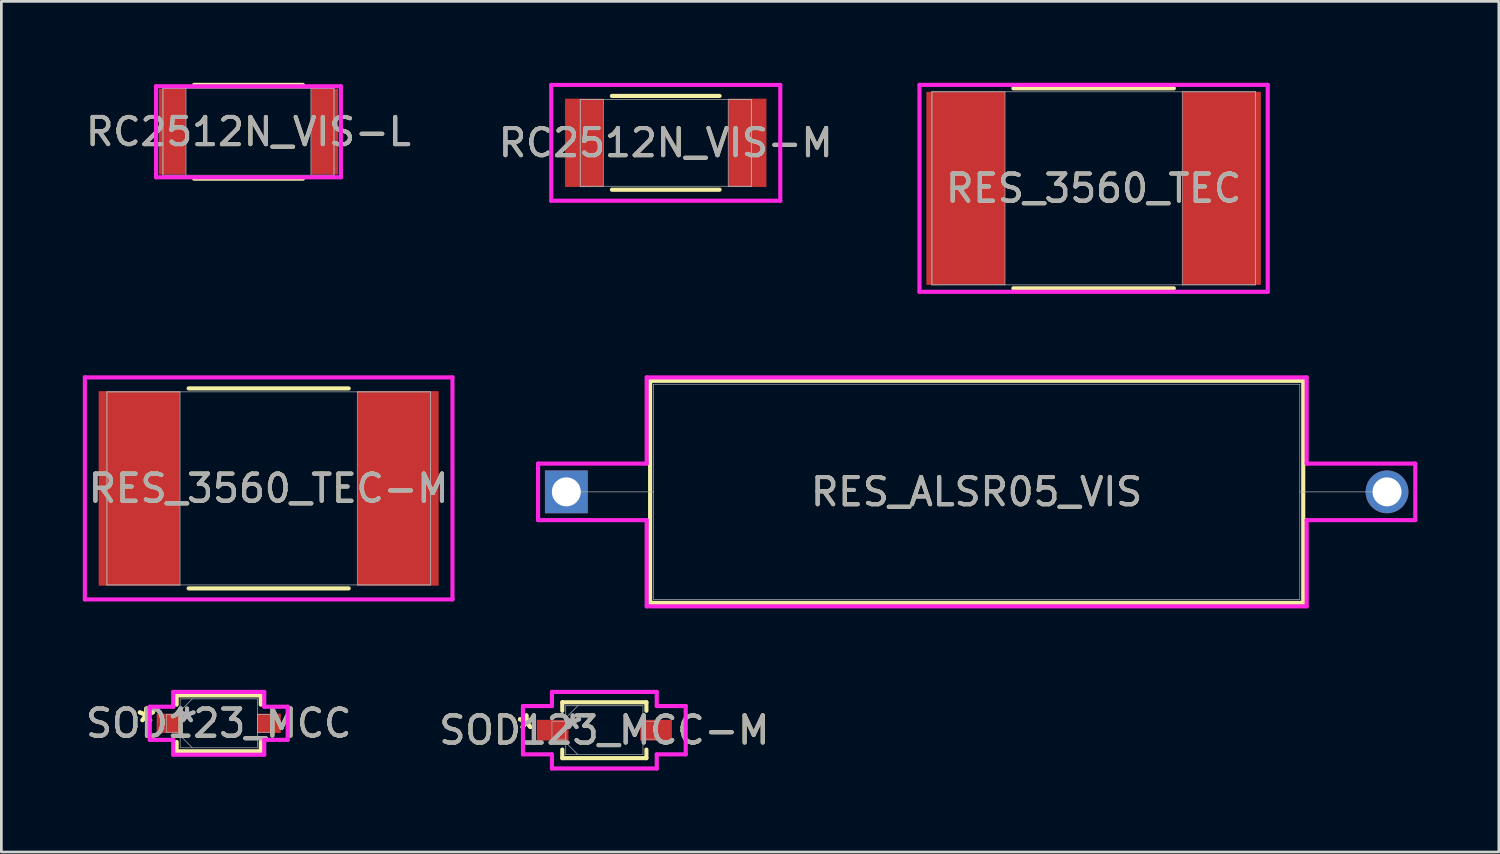
<source format=kicad_pcb>
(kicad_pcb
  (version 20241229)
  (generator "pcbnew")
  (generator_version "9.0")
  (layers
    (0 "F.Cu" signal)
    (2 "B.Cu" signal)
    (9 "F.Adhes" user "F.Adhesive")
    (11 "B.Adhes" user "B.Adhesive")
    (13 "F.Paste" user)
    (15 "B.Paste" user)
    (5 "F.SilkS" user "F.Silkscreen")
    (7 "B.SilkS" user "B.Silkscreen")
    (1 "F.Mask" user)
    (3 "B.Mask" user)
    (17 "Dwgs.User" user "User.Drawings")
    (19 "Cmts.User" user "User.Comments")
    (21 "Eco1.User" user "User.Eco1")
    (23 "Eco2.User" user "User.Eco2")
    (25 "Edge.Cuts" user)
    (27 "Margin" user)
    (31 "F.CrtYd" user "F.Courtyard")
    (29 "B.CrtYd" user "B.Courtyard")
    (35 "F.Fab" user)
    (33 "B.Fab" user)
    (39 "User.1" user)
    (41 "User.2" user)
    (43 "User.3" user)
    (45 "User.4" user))
  (footprint "RES_ALSR05_VIS"
    (layer "F.Cu")
    (at 17.808 15.065)
    (property "Reference" "RES_ALSR05_VIS" (at 15.113 0 0) (unlocked yes) (layer "F.SilkS") (effects (font (size 1 1) (thickness 0.15))))
    (attr through_hole)
    (fp_line (start 3.086 -4.089) (end 3.086 4.089) (stroke (width 0.152) (type solid)) (layer "F.SilkS"))
    (fp_line (start 3.086 4.089) (end 27.14 4.089) (stroke (width 0.152) (type solid)) (layer "F.SilkS"))
    (fp_line (start 27.14 -4.089) (end 3.086 -4.089) (stroke (width 0.152) (type solid)) (layer "F.SilkS"))
    (fp_line (start 27.14 4.089) (end 27.14 -4.089) (stroke (width 0.152) (type solid)) (layer "F.SilkS"))
    (fp_line (start -1.041 -1.041) (end 2.959 -1.041) (stroke (width 0.152) (type solid)) (layer "F.CrtYd"))
    (fp_line (start -1.041 1.041) (end -1.041 -1.041) (stroke (width 0.152) (type solid)) (layer "F.CrtYd"))
    (fp_line (start 2.959 -4.216) (end 27.267 -4.216) (stroke (width 0.152) (type solid)) (layer "F.CrtYd"))
    (fp_line (start 2.959 -1.041) (end 2.959 -4.216) (stroke (width 0.152) (type solid)) (layer "F.CrtYd"))
    (fp_line (start 2.959 1.041) (end -1.041 1.041) (stroke (width 0.152) (type solid)) (layer "F.CrtYd"))
    (fp_line (start 2.959 4.216) (end 2.959 1.041) (stroke (width 0.152) (type solid)) (layer "F.CrtYd"))
    (fp_line (start 27.267 -4.216) (end 27.267 -1.041) (stroke (width 0.152) (type solid)) (layer "F.CrtYd"))
    (fp_line (start 27.267 -1.041) (end 31.267 -1.041) (stroke (width 0.152) (type solid)) (layer "F.CrtYd"))
    (fp_line (start 27.267 1.041) (end 27.267 4.216) (stroke (width 0.152) (type solid)) (layer "F.CrtYd"))
    (fp_line (start 27.267 4.216) (end 2.959 4.216) (stroke (width 0.152) (type solid)) (layer "F.CrtYd"))
    (fp_line (start 31.267 -1.041) (end 31.267 1.041) (stroke (width 0.152) (type solid)) (layer "F.CrtYd"))
    (fp_line (start 31.267 1.041) (end 27.267 1.041) (stroke (width 0.152) (type solid)) (layer "F.CrtYd"))
    (fp_line (start 0 0) (end 3.213 0) (stroke (width 0.025) (type solid)) (layer "F.Fab"))
    (fp_line (start 3.213 -3.962) (end 3.213 3.962) (stroke (width 0.025) (type solid)) (layer "F.Fab"))
    (fp_line (start 3.213 3.962) (end 27.013 3.962) (stroke (width 0.025) (type solid)) (layer "F.Fab"))
    (fp_line (start 27.013 -3.962) (end 3.213 -3.962) (stroke (width 0.025) (type solid)) (layer "F.Fab"))
    (fp_line (start 27.013 3.962) (end 27.013 -3.962) (stroke (width 0.025) (type solid)) (layer "F.Fab"))
    (fp_line (start 30.226 0) (end 27.013 0) (stroke (width 0.025) (type solid)) (layer "F.Fab"))
    (fp_text user "${REFERENCE}" (at 15.113 0 0) (unlocked yes) (layer "F.Fab") (effects (font (size 1 1) (thickness 0.15))))
    (pad "1" thru_hole rect (at 0 0) (size 1.575 1.575) (drill 1.067) (layers "*.Cu" "*.Mask"))
    (pad "2" thru_hole circle (at 30.226 0) (size 1.575 1.575) (drill 1.067) (layers "*.Cu" "*.Mask")))
  (footprint "RES_3560_TEC-M"
    (layer "F.Cu")
    (at 6.845 14.938)
    (property "Reference" "RES_3560_TEC-M" (at 0 0 0) (unlocked yes) (layer "F.SilkS") (effects (font (size 1 1) (thickness 0.15))))
    (attr smd)
    (fp_line (start -2.947 3.683) (end 2.947 3.683) (stroke (width 0.152) (type solid)) (layer "F.SilkS"))
    (fp_line (start 2.947 -3.683) (end -2.947 -3.683) (stroke (width 0.152) (type solid)) (layer "F.SilkS"))
    (fp_line (start -6.769 -4.089) (end 6.769 -4.089) (stroke (width 0.152) (type solid)) (layer "F.CrtYd"))
    (fp_line (start -6.769 4.089) (end -6.769 -4.089) (stroke (width 0.152) (type solid)) (layer "F.CrtYd"))
    (fp_line (start 6.769 -4.089) (end 6.769 4.089) (stroke (width 0.152) (type solid)) (layer "F.CrtYd"))
    (fp_line (start 6.769 4.089) (end -6.769 4.089) (stroke (width 0.152) (type solid)) (layer "F.CrtYd"))
    (fp_line (start -5.956 -3.556) (end -5.956 3.556) (stroke (width 0.025) (type solid)) (layer "F.Fab"))
    (fp_line (start -5.956 -3.556) (end -5.956 3.556) (stroke (width 0.025) (type solid)) (layer "F.Fab"))
    (fp_line (start -5.956 3.556) (end -3.264 3.556) (stroke (width 0.025) (type solid)) (layer "F.Fab"))
    (fp_line (start -5.956 3.556) (end 5.956 3.556) (stroke (width 0.025) (type solid)) (layer "F.Fab"))
    (fp_line (start -3.264 -3.556) (end -5.956 -3.556) (stroke (width 0.025) (type solid)) (layer "F.Fab"))
    (fp_line (start -3.264 3.556) (end -3.264 -3.556) (stroke (width 0.025) (type solid)) (layer "F.Fab"))
    (fp_line (start 3.264 -3.556) (end 3.264 3.556) (stroke (width 0.025) (type solid)) (layer "F.Fab"))
    (fp_line (start 3.264 3.556) (end 5.956 3.556) (stroke (width 0.025) (type solid)) (layer "F.Fab"))
    (fp_line (start 5.956 -3.556) (end -5.956 -3.556) (stroke (width 0.025) (type solid)) (layer "F.Fab"))
    (fp_line (start 5.956 -3.556) (end 3.264 -3.556) (stroke (width 0.025) (type solid)) (layer "F.Fab"))
    (fp_line (start 5.956 3.556) (end 5.956 -3.556) (stroke (width 0.025) (type solid)) (layer "F.Fab"))
    (fp_line (start 5.956 3.556) (end 5.956 -3.556) (stroke (width 0.025) (type solid)) (layer "F.Fab"))
    (fp_text user "${REFERENCE}" (at 0 0 0) (unlocked yes) (layer "F.Fab") (effects (font (size 1 1) (thickness 0.15))))
    (pad "1" smd rect (at -4.763 0) (size 2.997 7.163) (layers "F.Cu" "F.Mask" "F.Paste"))
    (pad "2" smd rect (at 4.763 0) (size 2.997 7.163) (layers "F.Cu" "F.Mask" "F.Paste"))
    (zone (net_name "") (layer "F.Cu") (hatch full 0.508) (connect_pads) (min_thickness 0.254) (filled_areas_thickness no) (keepout (tracks not_allowed) (vias not_allowed) (pads allowed) (copperpour not_allowed) (footprints allowed)) (placement (enabled no)) (fill) (polygon (pts (xy 3.632 11.433) (xy 10.058 11.433) (xy 10.058 18.443) (xy 3.632 18.443)))))
  (footprint "RES_3560_TEC"
    (layer "F.Cu")
    (at 37.228 3.886)
    (property "Reference" "RES_3560_TEC" (at 0 0 0) (unlocked yes) (layer "F.SilkS") (effects (font (size 1 1) (thickness 0.15))))
    (attr smd)
    (fp_line (start -2.956 3.683) (end 2.956 3.683) (stroke (width 0.152) (type solid)) (layer "F.SilkS"))
    (fp_line (start 2.956 -3.683) (end -2.956 -3.683) (stroke (width 0.152) (type solid)) (layer "F.SilkS"))
    (fp_line (start -6.413 -3.81) (end 6.413 -3.81) (stroke (width 0.152) (type solid)) (layer "F.CrtYd"))
    (fp_line (start -6.413 3.81) (end -6.413 -3.81) (stroke (width 0.152) (type solid)) (layer "F.CrtYd"))
    (fp_line (start 6.413 -3.81) (end 6.413 3.81) (stroke (width 0.152) (type solid)) (layer "F.CrtYd"))
    (fp_line (start 6.413 3.81) (end -6.413 3.81) (stroke (width 0.152) (type solid)) (layer "F.CrtYd"))
    (fp_line (start -5.956 -3.556) (end -5.956 3.556) (stroke (width 0.025) (type solid)) (layer "F.Fab"))
    (fp_line (start -5.956 -3.556) (end -5.956 3.556) (stroke (width 0.025) (type solid)) (layer "F.Fab"))
    (fp_line (start -5.956 3.556) (end -3.264 3.556) (stroke (width 0.025) (type solid)) (layer "F.Fab"))
    (fp_line (start -5.956 3.556) (end 5.956 3.556) (stroke (width 0.025) (type solid)) (layer "F.Fab"))
    (fp_line (start -3.264 -3.556) (end -5.956 -3.556) (stroke (width 0.025) (type solid)) (layer "F.Fab"))
    (fp_line (start -3.264 3.556) (end -3.264 -3.556) (stroke (width 0.025) (type solid)) (layer "F.Fab"))
    (fp_line (start 3.264 -3.556) (end 3.264 3.556) (stroke (width 0.025) (type solid)) (layer "F.Fab"))
    (fp_line (start 3.264 3.556) (end 5.956 3.556) (stroke (width 0.025) (type solid)) (layer "F.Fab"))
    (fp_line (start 5.956 -3.556) (end -5.956 -3.556) (stroke (width 0.025) (type solid)) (layer "F.Fab"))
    (fp_line (start 5.956 -3.556) (end 3.264 -3.556) (stroke (width 0.025) (type solid)) (layer "F.Fab"))
    (fp_line (start 5.956 3.556) (end 5.956 -3.556) (stroke (width 0.025) (type solid)) (layer "F.Fab"))
    (fp_line (start 5.956 3.556) (end 5.956 -3.556) (stroke (width 0.025) (type solid)) (layer "F.Fab"))
    (fp_text user "${REFERENCE}" (at 0 0 0) (unlocked yes) (layer "F.Fab") (effects (font (size 1 1) (thickness 0.15))))
    (pad "1" smd rect (at -4.712 0) (size 2.896 7.112) (layers "F.Cu" "F.Mask" "F.Paste"))
    (pad "2" smd rect (at 4.712 0) (size 2.896 7.112) (layers "F.Cu" "F.Mask" "F.Paste"))
    (zone (net_name "") (layer "F.Cu") (hatch full 0.508) (connect_pads) (min_thickness 0.254) (filled_areas_thickness no) (keepout (tracks not_allowed) (vias not_allowed) (pads allowed) (copperpour not_allowed) (footprints allowed)) (placement (enabled no)) (fill) (polygon (pts (xy 34.015 0.381) (xy 40.441 0.381) (xy 40.441 7.391) (xy 34.015 7.391)))))
  (footprint "RC2512N_VIS-M"
    (layer "F.Cu")
    (at 21.47 2.21)
    (property "Reference" "RC2512N_VIS-M" (at 0 0 0) (unlocked yes) (layer "F.SilkS") (effects (font (size 1 1) (thickness 0.15))))
    (attr smd)
    (fp_line (start -1.983 1.727) (end 1.983 1.727) (stroke (width 0.152) (type solid)) (layer "F.SilkS"))
    (fp_line (start 1.983 -1.727) (end -1.983 -1.727) (stroke (width 0.152) (type solid)) (layer "F.SilkS"))
    (fp_line (start -4.217 -2.133) (end 4.217 -2.133) (stroke (width 0.152) (type solid)) (layer "F.CrtYd"))
    (fp_line (start -4.217 2.133) (end -4.217 -2.133) (stroke (width 0.152) (type solid)) (layer "F.CrtYd"))
    (fp_line (start 4.217 -2.133) (end 4.217 2.133) (stroke (width 0.152) (type solid)) (layer "F.CrtYd"))
    (fp_line (start 4.217 2.133) (end -4.217 2.133) (stroke (width 0.152) (type solid)) (layer "F.CrtYd"))
    (fp_line (start -3.15 -1.6) (end -3.15 1.6) (stroke (width 0.025) (type solid)) (layer "F.Fab"))
    (fp_line (start -3.15 -1.6) (end -3.15 1.6) (stroke (width 0.025) (type solid)) (layer "F.Fab"))
    (fp_line (start -3.15 1.6) (end -2.3 1.6) (stroke (width 0.025) (type solid)) (layer "F.Fab"))
    (fp_line (start -3.15 1.6) (end 3.15 1.6) (stroke (width 0.025) (type solid)) (layer "F.Fab"))
    (fp_line (start -2.3 -1.6) (end -3.15 -1.6) (stroke (width 0.025) (type solid)) (layer "F.Fab"))
    (fp_line (start -2.3 1.6) (end -2.3 -1.6) (stroke (width 0.025) (type solid)) (layer "F.Fab"))
    (fp_line (start 2.3 -1.6) (end 2.3 1.6) (stroke (width 0.025) (type solid)) (layer "F.Fab"))
    (fp_line (start 2.3 1.6) (end 3.15 1.6) (stroke (width 0.025) (type solid)) (layer "F.Fab"))
    (fp_line (start 3.15 -1.6) (end -3.15 -1.6) (stroke (width 0.025) (type solid)) (layer "F.Fab"))
    (fp_line (start 3.15 -1.6) (end 2.3 -1.6) (stroke (width 0.025) (type solid)) (layer "F.Fab"))
    (fp_line (start 3.15 1.6) (end 3.15 -1.6) (stroke (width 0.025) (type solid)) (layer "F.Fab"))
    (fp_line (start 3.15 1.6) (end 3.15 -1.6) (stroke (width 0.025) (type solid)) (layer "F.Fab"))
    (fp_text user "${REFERENCE}" (at 0 0 0) (unlocked yes) (layer "F.Fab") (effects (font (size 1 1) (thickness 0.15))))
    (pad "1" smd rect (at -3.004 0) (size 1.409 3.251) (layers "F.Cu" "F.Mask" "F.Paste"))
    (pad "2" smd rect (at 3.004 0) (size 1.409 3.251) (layers "F.Cu" "F.Mask" "F.Paste"))
    (zone (net_name "") (layer "F.Cu") (hatch full 0.508) (connect_pads) (min_thickness 0.254) (filled_areas_thickness no) (keepout (tracks not_allowed) (vias not_allowed) (pads allowed) (copperpour not_allowed) (footprints allowed)) (placement (enabled no)) (fill) (polygon (pts (xy 19.221 0.66) (xy 23.719 0.66) (xy 23.719 3.759) (xy 19.221 3.759)))))
  (footprint "RC2512N_VIS-L"
    (layer "F.Cu")
    (at 6.101 1.803)
    (property "Reference" "RC2512N_VIS-L" (at 0 0 0) (unlocked yes) (layer "F.SilkS") (effects (font (size 1 1) (thickness 0.15))))
    (attr smd)
    (fp_line (start -2.004 1.727) (end 2.004 1.727) (stroke (width 0.152) (type solid)) (layer "F.SilkS"))
    (fp_line (start 2.004 -1.727) (end -2.004 -1.727) (stroke (width 0.152) (type solid)) (layer "F.SilkS"))
    (fp_line (start -3.404 -1.676) (end 3.404 -1.676) (stroke (width 0.152) (type solid)) (layer "F.CrtYd"))
    (fp_line (start -3.404 1.676) (end -3.404 -1.676) (stroke (width 0.152) (type solid)) (layer "F.CrtYd"))
    (fp_line (start 3.404 -1.676) (end 3.404 1.676) (stroke (width 0.152) (type solid)) (layer "F.CrtYd"))
    (fp_line (start 3.404 1.676) (end -3.404 1.676) (stroke (width 0.152) (type solid)) (layer "F.CrtYd"))
    (fp_line (start -3.15 -1.6) (end -3.15 1.6) (stroke (width 0.025) (type solid)) (layer "F.Fab"))
    (fp_line (start -3.15 -1.6) (end -3.15 1.6) (stroke (width 0.025) (type solid)) (layer "F.Fab"))
    (fp_line (start -3.15 1.6) (end -2.3 1.6) (stroke (width 0.025) (type solid)) (layer "F.Fab"))
    (fp_line (start -3.15 1.6) (end 3.15 1.6) (stroke (width 0.025) (type solid)) (layer "F.Fab"))
    (fp_line (start -2.3 -1.6) (end -3.15 -1.6) (stroke (width 0.025) (type solid)) (layer "F.Fab"))
    (fp_line (start -2.3 1.6) (end -2.3 -1.6) (stroke (width 0.025) (type solid)) (layer "F.Fab"))
    (fp_line (start 2.3 -1.6) (end 2.3 1.6) (stroke (width 0.025) (type solid)) (layer "F.Fab"))
    (fp_line (start 2.3 1.6) (end 3.15 1.6) (stroke (width 0.025) (type solid)) (layer "F.Fab"))
    (fp_line (start 3.15 -1.6) (end -3.15 -1.6) (stroke (width 0.025) (type solid)) (layer "F.Fab"))
    (fp_line (start 3.15 -1.6) (end 2.3 -1.6) (stroke (width 0.025) (type solid)) (layer "F.Fab"))
    (fp_line (start 3.15 1.6) (end 3.15 -1.6) (stroke (width 0.025) (type solid)) (layer "F.Fab"))
    (fp_line (start 3.15 1.6) (end 3.15 -1.6) (stroke (width 0.025) (type solid)) (layer "F.Fab"))
    (fp_text user "${REFERENCE}" (at 0 0 0) (unlocked yes) (layer "F.Fab") (effects (font (size 1 1) (thickness 0.15))))
    (pad "1" smd rect (at -2.801 0) (size 1.002 3.149) (layers "F.Cu" "F.Mask" "F.Paste"))
    (pad "2" smd rect (at 2.801 0) (size 1.002 3.149) (layers "F.Cu" "F.Mask" "F.Paste"))
    (zone (net_name "") (layer "F.Cu") (hatch full 0.508) (connect_pads) (min_thickness 0.254) (filled_areas_thickness no) (keepout (tracks not_allowed) (vias not_allowed) (pads allowed) (copperpour not_allowed) (footprints allowed)) (placement (enabled no)) (fill) (polygon (pts (xy 3.852 0.254) (xy 8.35 0.254) (xy 8.35 3.352) (xy 3.852 3.352)))))
  (footprint "SOD123_MCC"
    (layer "F.Cu")
    (at 5.006 23.59)
    (property "Reference" "SOD123_MCC" (at 0 0 0) (unlocked yes) (layer "F.SilkS") (effects (font (size 1 1) (thickness 0.15))))
    (attr smd)
    (fp_line (start -1.549 -1.029) (end -1.549 -0.688) (stroke (width 0.152) (type solid)) (layer "F.SilkS"))
    (fp_line (start -1.549 0.688) (end -1.549 1.029) (stroke (width 0.152) (type solid)) (layer "F.SilkS"))
    (fp_line (start -1.549 1.029) (end 1.549 1.029) (stroke (width 0.152) (type solid)) (layer "F.SilkS"))
    (fp_line (start 1.549 -1.029) (end -1.549 -1.029) (stroke (width 0.152) (type solid)) (layer "F.SilkS"))
    (fp_line (start 1.549 -0.688) (end 1.549 -1.029) (stroke (width 0.152) (type solid)) (layer "F.SilkS"))
    (fp_line (start 1.549 1.029) (end 1.549 0.688) (stroke (width 0.152) (type solid)) (layer "F.SilkS"))
    (fp_line (start -2.54 -0.61) (end -1.676 -0.61) (stroke (width 0.152) (type solid)) (layer "F.CrtYd"))
    (fp_line (start -2.54 0.61) (end -2.54 -0.61) (stroke (width 0.152) (type solid)) (layer "F.CrtYd"))
    (fp_line (start -1.676 -1.156) (end 1.676 -1.156) (stroke (width 0.152) (type solid)) (layer "F.CrtYd"))
    (fp_line (start -1.676 -0.61) (end -1.676 -1.156) (stroke (width 0.152) (type solid)) (layer "F.CrtYd"))
    (fp_line (start -1.676 0.61) (end -2.54 0.61) (stroke (width 0.152) (type solid)) (layer "F.CrtYd"))
    (fp_line (start -1.676 1.156) (end -1.676 0.61) (stroke (width 0.152) (type solid)) (layer "F.CrtYd"))
    (fp_line (start 1.676 -1.156) (end 1.676 -0.61) (stroke (width 0.152) (type solid)) (layer "F.CrtYd"))
    (fp_line (start 1.676 -0.61) (end 2.54 -0.61) (stroke (width 0.152) (type solid)) (layer "F.CrtYd"))
    (fp_line (start 1.676 0.61) (end 1.676 1.156) (stroke (width 0.152) (type solid)) (layer "F.CrtYd"))
    (fp_line (start 1.676 1.156) (end -1.676 1.156) (stroke (width 0.152) (type solid)) (layer "F.CrtYd"))
    (fp_line (start 2.54 -0.61) (end 2.54 0.61) (stroke (width 0.152) (type solid)) (layer "F.CrtYd"))
    (fp_line (start 2.54 0.61) (end 1.676 0.61) (stroke (width 0.152) (type solid)) (layer "F.CrtYd"))
    (fp_line (start -1.93 -0.33) (end -1.93 0.33) (stroke (width 0.025) (type solid)) (layer "F.Fab"))
    (fp_line (start -1.93 0.33) (end -1.422 0.33) (stroke (width 0.025) (type solid)) (layer "F.Fab"))
    (fp_line (start -1.422 -0.902) (end -1.422 0.902) (stroke (width 0.025) (type solid)) (layer "F.Fab"))
    (fp_line (start -1.422 -0.451) (end -0.972 -0.902) (stroke (width 0.025) (type solid)) (layer "F.Fab"))
    (fp_line (start -1.422 -0.33) (end -1.93 -0.33) (stroke (width 0.025) (type solid)) (layer "F.Fab"))
    (fp_line (start -1.422 0.33) (end -1.422 -0.33) (stroke (width 0.025) (type solid)) (layer "F.Fab"))
    (fp_line (start -1.422 0.451) (end -0.972 0.902) (stroke (width 0.025) (type solid)) (layer "F.Fab"))
    (fp_line (start -1.422 0.902) (end 1.422 0.902) (stroke (width 0.025) (type solid)) (layer "F.Fab"))
    (fp_line (start 1.422 -0.902) (end -1.422 -0.902) (stroke (width 0.025) (type solid)) (layer "F.Fab"))
    (fp_line (start 1.422 -0.33) (end 1.422 0.33) (stroke (width 0.025) (type solid)) (layer "F.Fab"))
    (fp_line (start 1.422 0.33) (end 1.93 0.33) (stroke (width 0.025) (type solid)) (layer "F.Fab"))
    (fp_line (start 1.422 0.902) (end 1.422 -0.902) (stroke (width 0.025) (type solid)) (layer "F.Fab"))
    (fp_line (start 1.93 -0.33) (end 1.422 -0.33) (stroke (width 0.025) (type solid)) (layer "F.Fab"))
    (fp_line (start 1.93 0.33) (end 1.93 -0.33) (stroke (width 0.025) (type solid)) (layer "F.Fab"))
    (fp_text user "*" (at -2.667 0 0) (layer "F.SilkS") (effects (font (size 1 1) (thickness 0.15))))
    (fp_text user "*" (at -2.667 0 0) (unlocked yes) (layer "F.SilkS") (effects (font (size 1 1) (thickness 0.15))))
    (fp_text user "*" (at -1.168 0 0) (layer "F.Fab") (effects (font (size 1 1) (thickness 0.15))))
    (fp_text user "*" (at -1.168 0 0) (unlocked yes) (layer "F.Fab") (effects (font (size 1 1) (thickness 0.15))))
    (fp_text user "${REFERENCE}" (at 0 0 0) (unlocked yes) (layer "F.Fab") (effects (font (size 1 1) (thickness 0.15))))
    (pad "1" smd rect (at -1.854 0) (size 0.864 0.711) (layers "F.Cu" "F.Mask" "F.Paste"))
    (pad "2" smd rect (at 1.854 0) (size 0.864 0.711) (layers "F.Cu" "F.Mask" "F.Paste")))
  (footprint "SOD123_MCC-M"
    (layer "F.Cu")
    (at 19.208 23.843)
    (property "Reference" "SOD123_MCC-M" (at 0 0 0) (unlocked yes) (layer "F.SilkS") (effects (font (size 1 1) (thickness 0.15))))
    (attr smd)
    (fp_line (start -1.549 -1.029) (end -1.549 -0.714) (stroke (width 0.152) (type solid)) (layer "F.SilkS"))
    (fp_line (start -1.549 0.714) (end -1.549 1.029) (stroke (width 0.152) (type solid)) (layer "F.SilkS"))
    (fp_line (start -1.549 1.029) (end 1.549 1.029) (stroke (width 0.152) (type solid)) (layer "F.SilkS"))
    (fp_line (start 1.549 -1.029) (end -1.549 -1.029) (stroke (width 0.152) (type solid)) (layer "F.SilkS"))
    (fp_line (start 1.549 -0.714) (end 1.549 -1.029) (stroke (width 0.152) (type solid)) (layer "F.SilkS"))
    (fp_line (start 1.549 1.029) (end 1.549 0.714) (stroke (width 0.152) (type solid)) (layer "F.SilkS"))
    (fp_line (start -2.997 -0.889) (end -1.93 -0.889) (stroke (width 0.152) (type solid)) (layer "F.CrtYd"))
    (fp_line (start -2.997 0.889) (end -2.997 -0.889) (stroke (width 0.152) (type solid)) (layer "F.CrtYd"))
    (fp_line (start -1.93 -1.41) (end 1.93 -1.41) (stroke (width 0.152) (type solid)) (layer "F.CrtYd"))
    (fp_line (start -1.93 -0.889) (end -1.93 -1.41) (stroke (width 0.152) (type solid)) (layer "F.CrtYd"))
    (fp_line (start -1.93 0.889) (end -2.997 0.889) (stroke (width 0.152) (type solid)) (layer "F.CrtYd"))
    (fp_line (start -1.93 1.41) (end -1.93 0.889) (stroke (width 0.152) (type solid)) (layer "F.CrtYd"))
    (fp_line (start 1.93 -1.41) (end 1.93 -0.889) (stroke (width 0.152) (type solid)) (layer "F.CrtYd"))
    (fp_line (start 1.93 -0.889) (end 2.997 -0.889) (stroke (width 0.152) (type solid)) (layer "F.CrtYd"))
    (fp_line (start 1.93 0.889) (end 1.93 1.41) (stroke (width 0.152) (type solid)) (layer "F.CrtYd"))
    (fp_line (start 1.93 1.41) (end -1.93 1.41) (stroke (width 0.152) (type solid)) (layer "F.CrtYd"))
    (fp_line (start 2.997 -0.889) (end 2.997 0.889) (stroke (width 0.152) (type solid)) (layer "F.CrtYd"))
    (fp_line (start 2.997 0.889) (end 1.93 0.889) (stroke (width 0.152) (type solid)) (layer "F.CrtYd"))
    (fp_line (start -1.93 -0.33) (end -1.93 0.33) (stroke (width 0.025) (type solid)) (layer "F.Fab"))
    (fp_line (start -1.93 0.33) (end -1.422 0.33) (stroke (width 0.025) (type solid)) (layer "F.Fab"))
    (fp_line (start -1.422 -0.902) (end -1.422 0.902) (stroke (width 0.025) (type solid)) (layer "F.Fab"))
    (fp_line (start -1.422 -0.451) (end -0.972 -0.902) (stroke (width 0.025) (type solid)) (layer "F.Fab"))
    (fp_line (start -1.422 -0.33) (end -1.93 -0.33) (stroke (width 0.025) (type solid)) (layer "F.Fab"))
    (fp_line (start -1.422 0.33) (end -1.422 -0.33) (stroke (width 0.025) (type solid)) (layer "F.Fab"))
    (fp_line (start -1.422 0.451) (end -0.972 0.902) (stroke (width 0.025) (type solid)) (layer "F.Fab"))
    (fp_line (start -1.422 0.902) (end 1.422 0.902) (stroke (width 0.025) (type solid)) (layer "F.Fab"))
    (fp_line (start 1.422 -0.902) (end -1.422 -0.902) (stroke (width 0.025) (type solid)) (layer "F.Fab"))
    (fp_line (start 1.422 -0.33) (end 1.422 0.33) (stroke (width 0.025) (type solid)) (layer "F.Fab"))
    (fp_line (start 1.422 0.33) (end 1.93 0.33) (stroke (width 0.025) (type solid)) (layer "F.Fab"))
    (fp_line (start 1.422 0.902) (end 1.422 -0.902) (stroke (width 0.025) (type solid)) (layer "F.Fab"))
    (fp_line (start 1.93 -0.33) (end 1.422 -0.33) (stroke (width 0.025) (type solid)) (layer "F.Fab"))
    (fp_line (start 1.93 0.33) (end 1.93 -0.33) (stroke (width 0.025) (type solid)) (layer "F.Fab"))
    (fp_text user "*" (at -2.87 0 0) (layer "F.SilkS") (effects (font (size 1 1) (thickness 0.15))))
    (fp_text user "*" (at -2.87 0 0) (unlocked yes) (layer "F.SilkS") (effects (font (size 1 1) (thickness 0.15))))
    (fp_text user "${REFERENCE}" (at 0 0 0) (unlocked yes) (layer "F.Fab") (effects (font (size 1 1) (thickness 0.15))))
    (fp_text user "*" (at -1.168 0 0) (layer "F.Fab") (effects (font (size 1 1) (thickness 0.15))))
    (fp_text user "*" (at -1.168 0 0) (unlocked yes) (layer "F.Fab") (effects (font (size 1 1) (thickness 0.15))))
    (pad "1" smd rect (at -1.905 0) (size 1.168 0.762) (layers "F.Cu" "F.Mask" "F.Paste"))
    (pad "2" smd rect (at 1.905 0) (size 1.168 0.762) (layers "F.Cu" "F.Mask" "F.Paste")))
  (gr_rect
    (start -3 -3)
    (end 52.152 28.329)
    (stroke (width 0.1) (type default))
    (fill no)
    (layer "Edge.Cuts")))
</source>
